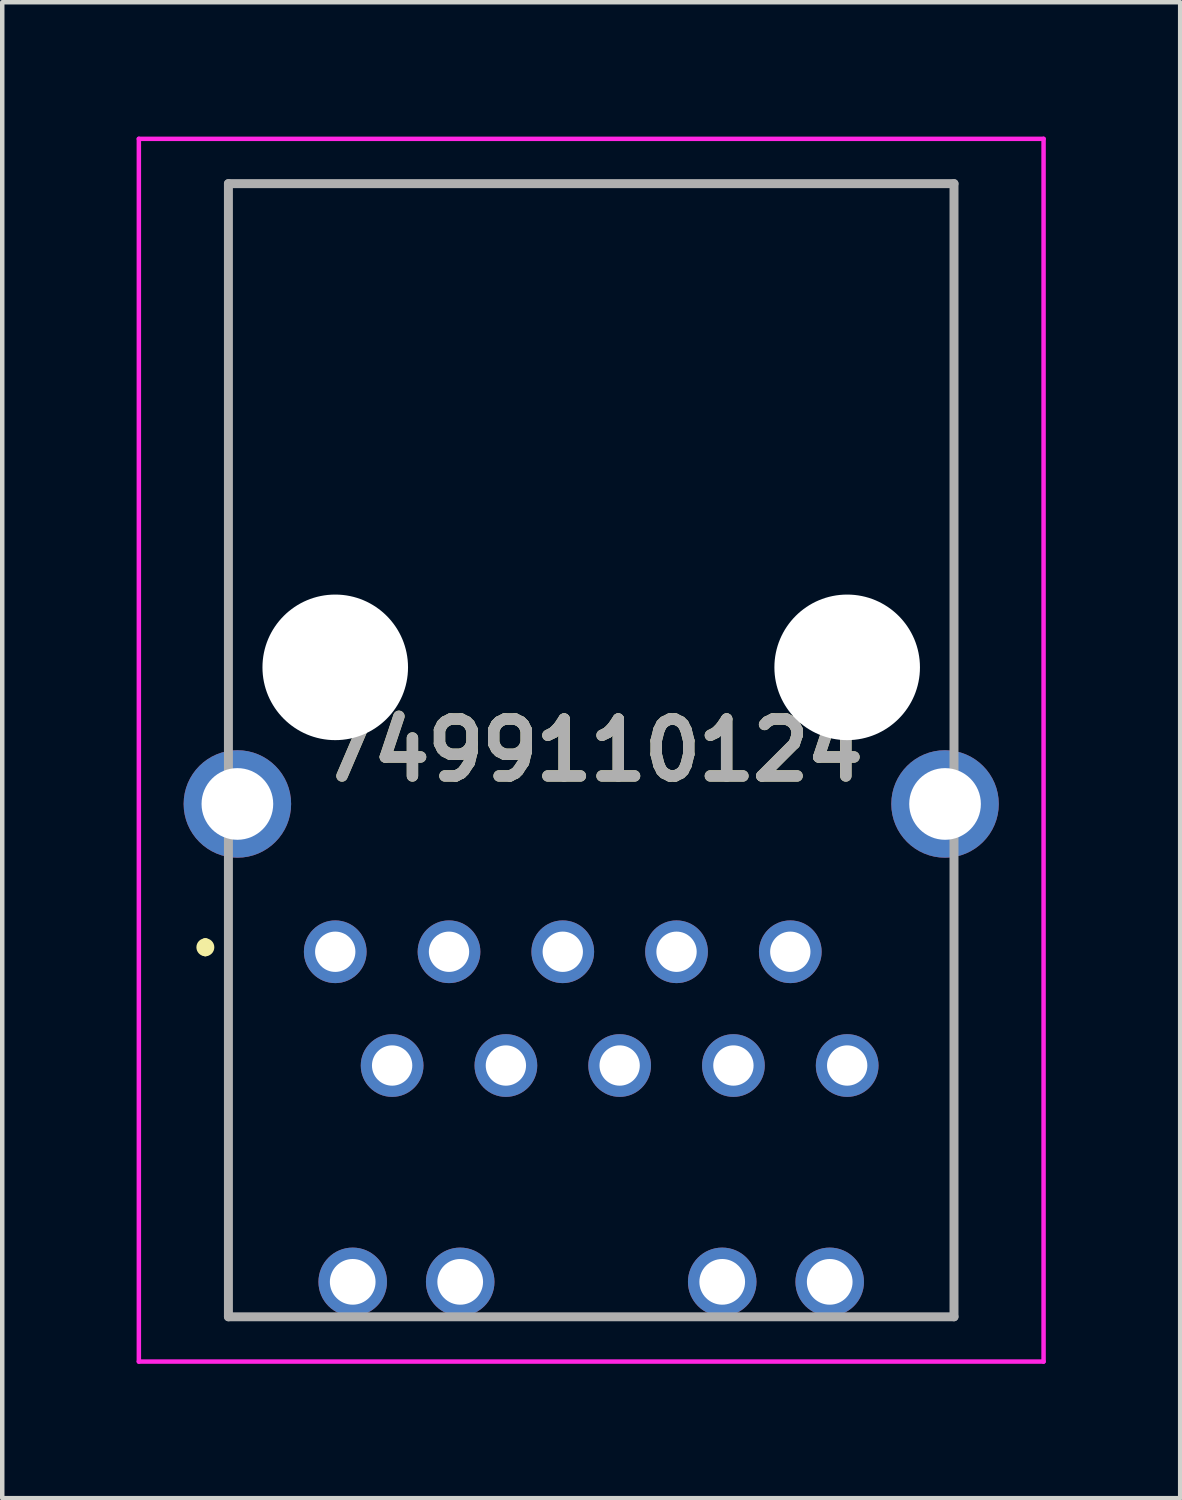
<source format=kicad_pcb>
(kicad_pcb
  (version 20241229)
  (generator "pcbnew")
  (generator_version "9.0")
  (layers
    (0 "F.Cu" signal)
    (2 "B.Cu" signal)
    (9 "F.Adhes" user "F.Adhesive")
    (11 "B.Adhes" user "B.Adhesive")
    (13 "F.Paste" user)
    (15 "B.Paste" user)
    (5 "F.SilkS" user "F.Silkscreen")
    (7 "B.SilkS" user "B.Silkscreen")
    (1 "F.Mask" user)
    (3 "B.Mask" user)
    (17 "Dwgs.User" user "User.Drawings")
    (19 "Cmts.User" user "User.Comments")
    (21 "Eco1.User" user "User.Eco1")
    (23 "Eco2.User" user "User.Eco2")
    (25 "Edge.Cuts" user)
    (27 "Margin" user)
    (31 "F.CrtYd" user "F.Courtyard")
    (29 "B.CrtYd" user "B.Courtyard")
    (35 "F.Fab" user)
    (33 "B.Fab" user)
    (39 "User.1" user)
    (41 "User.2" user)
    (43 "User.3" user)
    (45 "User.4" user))
  (footprint "7499110124"
    (layer "F.Cu")
    (at 4.435 18.2)
    (property "Reference" "7499110124" (at 5.715 -4.5 0) (layer "F.SilkS") (effects (font (size 1.27 1.27) (thickness 0.254))))
    (attr through_hole)
    (fp_line (start -2.9 -0.2) (end -2.9 -0.2) (stroke (width 0.2) (type solid)) (layer "F.SilkS"))
    (fp_line (start -2.9 0) (end -2.9 0) (stroke (width 0.2) (type solid)) (layer "F.SilkS"))
    (fp_line (start -2.385 -17.15) (end 13.815 -17.15) (stroke (width 0.1) (type solid)) (layer "F.SilkS"))
    (fp_line (start -2.385 -5.15) (end -2.385 -17.15) (stroke (width 0.1) (type solid)) (layer "F.SilkS"))
    (fp_line (start -2.385 -1.15) (end -2.385 8.15) (stroke (width 0.1) (type solid)) (layer "F.SilkS"))
    (fp_line (start -2.385 8.15) (end -1.285 8.15) (stroke (width 0.1) (type solid)) (layer "F.SilkS"))
    (fp_line (start 12.715 8.15) (end 13.615 8.15) (stroke (width 0.1) (type solid)) (layer "F.SilkS"))
    (fp_line (start 13.615 8.15) (end 13.815 8.15) (stroke (width 0.1) (type solid)) (layer "F.SilkS"))
    (fp_line (start 13.815 -17.15) (end 13.815 -5.15) (stroke (width 0.1) (type solid)) (layer "F.SilkS"))
    (fp_line (start 13.815 8.15) (end 13.815 -1.15) (stroke (width 0.1) (type solid)) (layer "F.SilkS"))
    (fp_arc (start -2.9 -0.2) (mid -2.8 -0.1) (end -2.9 0) (stroke (width 0.2) (type solid)) (layer "F.SilkS"))
    (fp_arc (start -2.9 0) (mid -3 -0.1) (end -2.9 -0.2) (stroke (width 0.2) (type solid)) (layer "F.SilkS"))
    (fp_line (start -4.385 -18.15) (end 15.815 -18.15) (stroke (width 0.1) (type solid)) (layer "F.CrtYd"))
    (fp_line (start -4.385 9.15) (end -4.385 -18.15) (stroke (width 0.1) (type solid)) (layer "F.CrtYd"))
    (fp_line (start 15.815 -18.15) (end 15.815 9.15) (stroke (width 0.1) (type solid)) (layer "F.CrtYd"))
    (fp_line (start 15.815 9.15) (end -4.385 9.15) (stroke (width 0.1) (type solid)) (layer "F.CrtYd"))
    (fp_line (start -2.385 -17.15) (end 13.815 -17.15) (stroke (width 0.2) (type solid)) (layer "F.Fab"))
    (fp_line (start -2.385 8.15) (end -2.385 -17.15) (stroke (width 0.2) (type solid)) (layer "F.Fab"))
    (fp_line (start 13.815 -17.15) (end 13.815 8.15) (stroke (width 0.2) (type solid)) (layer "F.Fab"))
    (fp_line (start 13.815 8.15) (end -2.385 8.15) (stroke (width 0.2) (type solid)) (layer "F.Fab"))
    (fp_text user "${REFERENCE}" (at 5.715 -4.5 0) (layer "F.Fab") (effects (font (size 1.27 1.27) (thickness 0.254))))
    (pad "" np_thru_hole circle (at 0 -6.35) (size 3.25 3.25) (drill 3.25) (layers "*.Cu" "*.Mask"))
    (pad "" np_thru_hole circle (at 11.43 -6.35) (size 3.25 3.25) (drill 3.25) (layers "*.Cu" "*.Mask"))
    (pad "1" thru_hole circle (at 0 0) (size 1.4 1.4) (drill 0.9) (layers "*.Cu" "*.Mask"))
    (pad "2" thru_hole circle (at 1.27 2.54) (size 1.4 1.4) (drill 0.9) (layers "*.Cu" "*.Mask"))
    (pad "3" thru_hole circle (at 2.54 0) (size 1.4 1.4) (drill 0.9) (layers "*.Cu" "*.Mask"))
    (pad "4" thru_hole circle (at 3.81 2.54) (size 1.4 1.4) (drill 0.9) (layers "*.Cu" "*.Mask"))
    (pad "5" thru_hole circle (at 5.08 0) (size 1.4 1.4) (drill 0.9) (layers "*.Cu" "*.Mask"))
    (pad "6" thru_hole circle (at 6.35 2.54) (size 1.4 1.4) (drill 0.9) (layers "*.Cu" "*.Mask"))
    (pad "7" thru_hole circle (at 7.62 0) (size 1.4 1.4) (drill 0.9) (layers "*.Cu" "*.Mask"))
    (pad "8" thru_hole circle (at 8.89 2.54) (size 1.4 1.4) (drill 0.9) (layers "*.Cu" "*.Mask"))
    (pad "9" thru_hole circle (at 10.16 0) (size 1.4 1.4) (drill 0.9) (layers "*.Cu" "*.Mask"))
    (pad "10" thru_hole circle (at 11.43 2.54) (size 1.4 1.4) (drill 0.9) (layers "*.Cu" "*.Mask"))
    (pad "11" thru_hole circle (at 0.39 7.37) (size 1.53 1.53) (drill 1.02) (layers "*.Cu" "*.Mask"))
    (pad "12" thru_hole circle (at 2.79 7.37) (size 1.53 1.53) (drill 1.02) (layers "*.Cu" "*.Mask"))
    (pad "13" thru_hole circle (at 8.64 7.37) (size 1.53 1.53) (drill 1.02) (layers "*.Cu" "*.Mask"))
    (pad "14" thru_hole circle (at 11.04 7.37) (size 1.53 1.53) (drill 1.02) (layers "*.Cu" "*.Mask"))
    (pad "15" thru_hole circle (at -2.185 -3.3) (size 2.4 2.4) (drill 1.6) (layers "*.Cu" "*.Mask"))
    (pad "16" thru_hole circle (at 13.615 -3.3) (size 2.4 2.4) (drill 1.6) (layers "*.Cu" "*.Mask")))
  (gr_rect
    (start -3 -3)
    (end 23.3 30.4)
    (stroke (width 0.1) (type default))
    (fill no)
    (layer "Edge.Cuts")))
</source>
